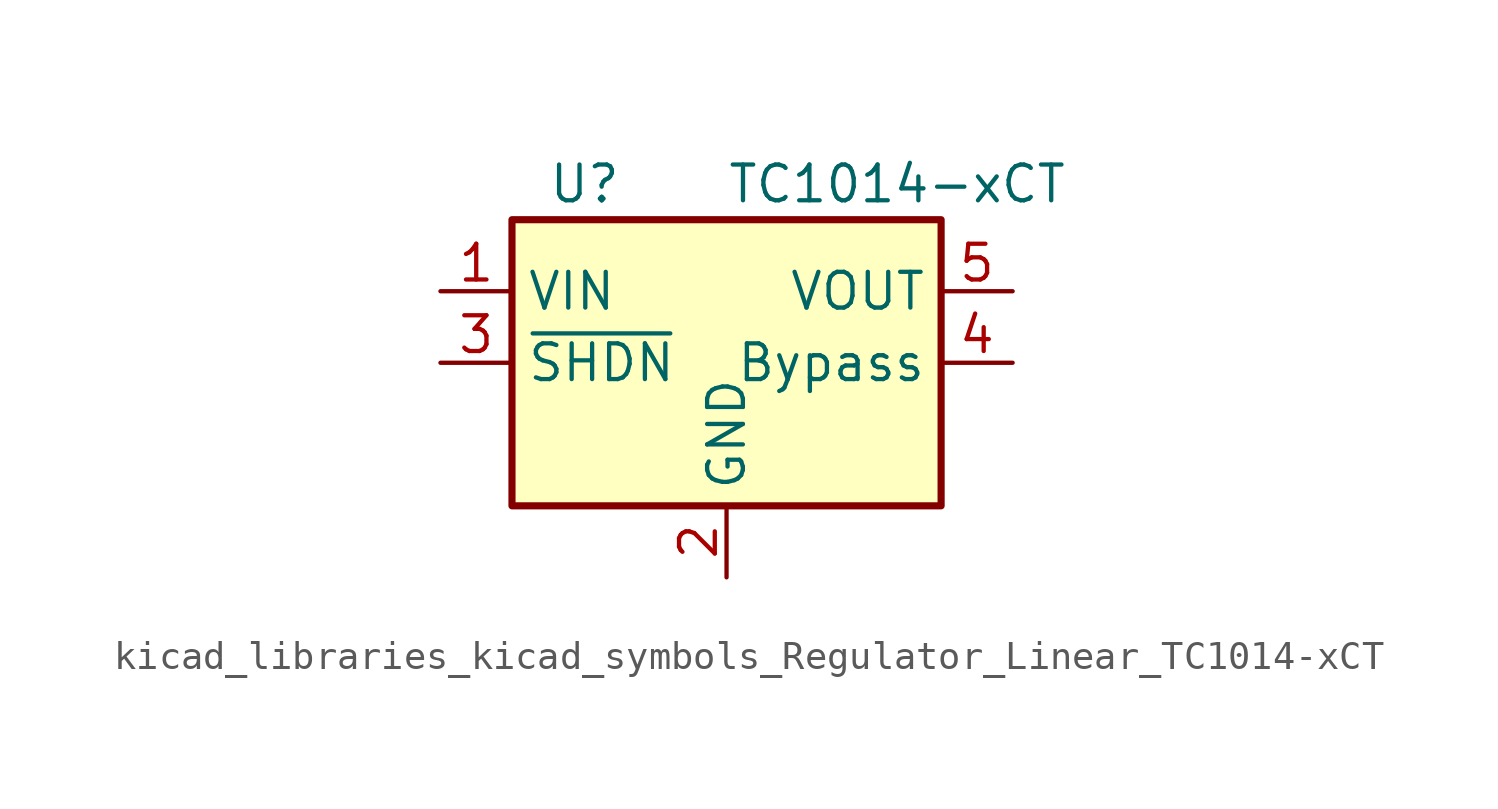
<source format=kicad_sym>
(kicad_symbol_lib
  (version 20220914)
  (generator kicad_symbol_editor)
  (symbol "kicad_libraries_kicad_symbols_Regulator_Linear_TC1014-xCT"
    (property "Reference" "U"
      (at -6.35 6.35 0)
      (effects (font (size 1.27 1.27)) (justify left)))
    (property "Value" "TC1014-xCT"
      (at 0 6.35 0)
      (effects (font (size 1.27 1.27)) (justify left)))
    (symbol "kicad_libraries_kicad_symbols_Regulator_Linear_TC1014-xCT_0_1"
      (rectangle (start -7.62 5.08) (end 7.62 -5.08) (stroke (width 0.254) (type default)) (fill (type background))))
    (symbol "kicad_libraries_kicad_symbols_Regulator_Linear_TC1014-xCT_1_1"
      (pin power_in line (at -10.16 2.54 0) (length 2.54) (name "VIN" (effects (font (size 1.27 1.27)))) (number "1" (effects (font (size 1.27 1.27)))))
      (pin power_in line (at 0 -7.62 90) (length 2.54) (name "GND" (effects (font (size 1.27 1.27)))) (number "2" (effects (font (size 1.27 1.27)))))
      (pin input line (at -10.16 0 0) (length 2.54) (name "~{SHDN}" (effects (font (size 1.27 1.27)))) (number "3" (effects (font (size 1.27 1.27)))))
      (pin passive line (at 10.16 0 180) (length 2.54) (name "Bypass" (effects (font (size 1.27 1.27)))) (number "4" (effects (font (size 1.27 1.27)))))
      (pin power_out line (at 10.16 2.54 180) (length 2.54) (name "VOUT" (effects (font (size 1.27 1.27)))) (number "5" (effects (font (size 1.27 1.27))))))))
</source>
